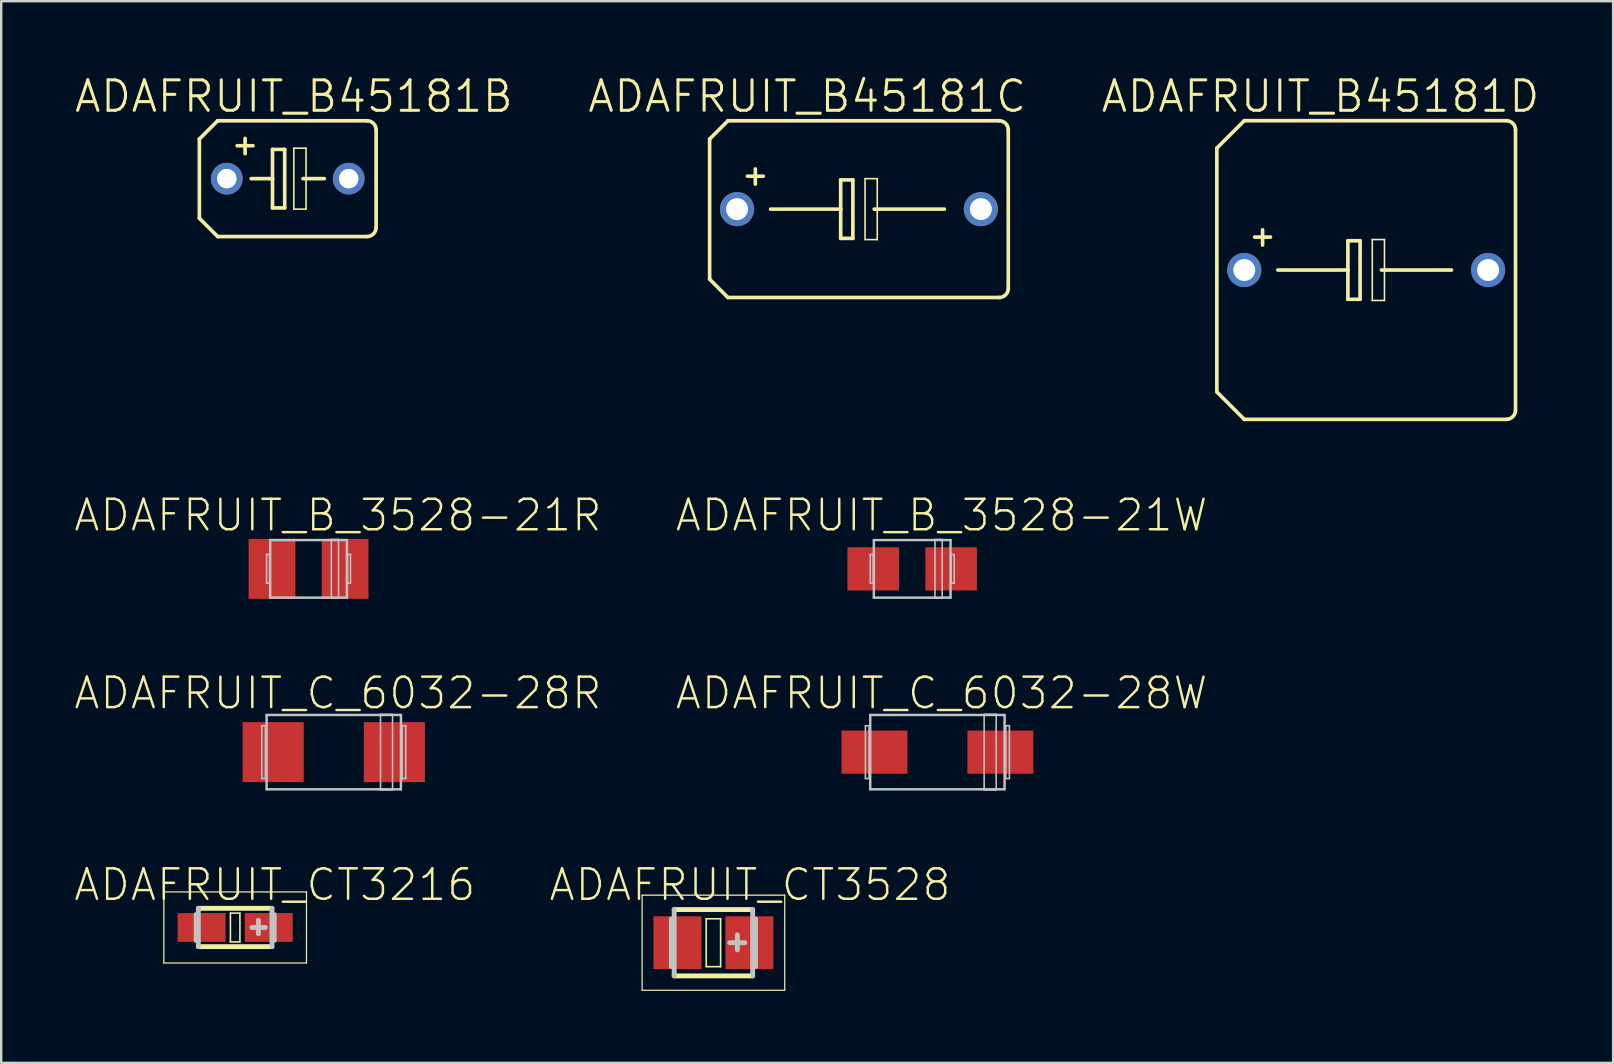
<source format=kicad_pcb>
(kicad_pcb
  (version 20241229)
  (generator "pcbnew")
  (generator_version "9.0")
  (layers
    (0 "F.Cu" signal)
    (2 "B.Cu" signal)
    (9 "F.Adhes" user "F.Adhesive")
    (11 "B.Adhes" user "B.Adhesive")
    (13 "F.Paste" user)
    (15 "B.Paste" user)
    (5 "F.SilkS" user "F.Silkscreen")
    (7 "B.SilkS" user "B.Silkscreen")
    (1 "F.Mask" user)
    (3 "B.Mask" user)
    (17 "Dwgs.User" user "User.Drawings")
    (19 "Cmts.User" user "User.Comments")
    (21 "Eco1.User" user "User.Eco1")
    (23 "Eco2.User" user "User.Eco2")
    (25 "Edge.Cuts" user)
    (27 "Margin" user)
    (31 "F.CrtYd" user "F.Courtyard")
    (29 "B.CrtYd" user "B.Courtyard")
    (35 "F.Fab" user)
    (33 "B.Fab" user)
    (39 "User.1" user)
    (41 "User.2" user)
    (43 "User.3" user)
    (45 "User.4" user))
  (footprint "ADAFRUIT_B45181C"
    (layer "F.Cu")
    (at 32.745 5.665)
    (property "Reference" "ADAFRUIT_B45181C" (at -2.159 -4.699 0) (layer "F.SilkS") (effects (font (size 1.27 1.27) (thickness 0.127))))
    (attr exclude_from_pos_files exclude_from_bom)
    (fp_line (start -6.223 -2.921) (end -6.223 2.921) (stroke (width 0.152) (type solid)) (layer "F.SilkS"))
    (fp_line (start -6.223 -2.921) (end -5.461 -3.683) (stroke (width 0.152) (type solid)) (layer "F.SilkS"))
    (fp_line (start -5.461 3.683) (end -6.223 2.921) (stroke (width 0.152) (type solid)) (layer "F.SilkS"))
    (fp_line (start -5.461 3.683) (end 5.842 3.683) (stroke (width 0.152) (type solid)) (layer "F.SilkS"))
    (fp_line (start -4.318 -1.676) (end -4.318 -1.041) (stroke (width 0.152) (type solid)) (layer "F.SilkS"))
    (fp_line (start -3.988 -1.372) (end -4.648 -1.372) (stroke (width 0.152) (type solid)) (layer "F.SilkS"))
    (fp_line (start -3.683 0) (end -0.762 0) (stroke (width 0.152) (type solid)) (layer "F.SilkS"))
    (fp_line (start -0.762 -1.219) (end -0.762 0) (stroke (width 0.152) (type solid)) (layer "F.SilkS"))
    (fp_line (start -0.762 0) (end -0.762 1.219) (stroke (width 0.152) (type solid)) (layer "F.SilkS"))
    (fp_line (start -0.762 1.219) (end -0.254 1.219) (stroke (width 0.152) (type solid)) (layer "F.SilkS"))
    (fp_line (start -0.254 -1.219) (end -0.762 -1.219) (stroke (width 0.152) (type solid)) (layer "F.SilkS"))
    (fp_line (start -0.254 1.219) (end -0.254 -1.219) (stroke (width 0.152) (type solid)) (layer "F.SilkS"))
    (fp_line (start 0.254 -1.27) (end 0.762 -1.27) (stroke (width 0.066) (type solid)) (layer "F.SilkS"))
    (fp_line (start 0.254 1.27) (end 0.254 -1.27) (stroke (width 0.066) (type solid)) (layer "F.SilkS"))
    (fp_line (start 0.254 1.27) (end 0.762 1.27) (stroke (width 0.066) (type solid)) (layer "F.SilkS"))
    (fp_line (start 0.635 0) (end 3.556 0) (stroke (width 0.152) (type solid)) (layer "F.SilkS"))
    (fp_line (start 0.762 1.27) (end 0.762 -1.27) (stroke (width 0.066) (type solid)) (layer "F.SilkS"))
    (fp_line (start 5.842 -3.683) (end -5.461 -3.683) (stroke (width 0.152) (type solid)) (layer "F.SilkS"))
    (fp_line (start 6.223 -3.302) (end 6.223 3.302) (stroke (width 0.152) (type solid)) (layer "F.SilkS"))
    (fp_arc (start 5.842 -3.683) (mid 6.111408 -3.571408) (end 6.223 -3.302) (stroke (width 0.1524) (type solid)) (layer "F.SilkS"))
    (fp_arc (start 6.223 3.302) (mid 6.111408 3.571408) (end 5.842 3.683) (stroke (width 0.1524) (type solid)) (layer "F.SilkS"))
    (pad "+" thru_hole circle (at -5.08 0) (size 1.422 1.422) (drill 0.914) (layers "*.Cu" "*.Paste" "*.Mask"))
    (pad "-" thru_hole circle (at 5.08 0) (size 1.422 1.422) (drill 0.914) (layers "*.Cu" "*.Paste" "*.Mask")))
  (footprint "ADAFRUIT_CT3216"
    (layer "F.Cu")
    (at 6.75 35.6)
    (property "Reference" "ADAFRUIT_CT3216" (at 1.651 -1.778 0) (layer "F.SilkS") (effects (font (size 1.27 1.27) (thickness 0.102))))
    (attr smd)
    (fp_line (start -2.972 -1.481) (end 2.972 -1.481) (stroke (width 0.051) (type solid)) (layer "F.SilkS"))
    (fp_line (start -2.972 1.481) (end -2.972 -1.481) (stroke (width 0.051) (type solid)) (layer "F.SilkS"))
    (fp_line (start -1.534 0.798) (end 1.534 0.798) (stroke (width 0.203) (type solid)) (layer "F.SilkS"))
    (fp_line (start -0.198 -0.599) (end 0.198 -0.599) (stroke (width 0.066) (type solid)) (layer "F.SilkS"))
    (fp_line (start -0.198 0.599) (end -0.198 -0.599) (stroke (width 0.066) (type solid)) (layer "F.SilkS"))
    (fp_line (start -0.198 0.599) (end 0.198 0.599) (stroke (width 0.066) (type solid)) (layer "F.SilkS"))
    (fp_line (start 0.198 0.599) (end 0.198 -0.599) (stroke (width 0.066) (type solid)) (layer "F.SilkS"))
    (fp_line (start 1.534 -0.798) (end -1.534 -0.798) (stroke (width 0.203) (type solid)) (layer "F.SilkS"))
    (fp_line (start 2.972 -1.481) (end 2.972 1.481) (stroke (width 0.051) (type solid)) (layer "F.SilkS"))
    (fp_line (start 2.972 1.481) (end -2.972 1.481) (stroke (width 0.051) (type solid)) (layer "F.SilkS"))
    (fp_line (start -1.651 0.559) (end -1.651 -0.559) (stroke (width 0.152) (type solid)) (layer "Dwgs.User"))
    (fp_line (start -1.534 -0.798) (end -1.534 0.798) (stroke (width 0.203) (type solid)) (layer "Dwgs.User"))
    (fp_line (start 0.699 0) (end 1.26 0) (stroke (width 0.203) (type solid)) (layer "Dwgs.User"))
    (fp_line (start 0.968 0.259) (end 0.968 -0.3) (stroke (width 0.203) (type solid)) (layer "Dwgs.User"))
    (fp_line (start 1.534 0.798) (end 1.534 -0.798) (stroke (width 0.203) (type solid)) (layer "Dwgs.User"))
    (fp_line (start 1.651 0.559) (end 1.651 -0.559) (stroke (width 0.152) (type solid)) (layer "Dwgs.User"))
    (pad "+" smd rect (at 1.4 0) (size 1.999 1.199) (layers "F.Cu" "F.Mask" "F.Paste"))
    (pad "-" smd rect (at -1.4 0) (size 1.999 1.199) (layers "F.Cu" "F.Mask" "F.Paste")))
  (footprint "ADAFRUIT_CT3528"
    (layer "F.Cu")
    (at 26.68 36.235)
    (property "Reference" "ADAFRUIT_CT3528" (at 1.524 -2.413 0) (layer "F.SilkS") (effects (font (size 1.27 1.27) (thickness 0.102))))
    (attr smd)
    (fp_line (start -2.972 -1.981) (end 2.972 -1.981) (stroke (width 0.051) (type solid)) (layer "F.SilkS"))
    (fp_line (start -2.972 1.981) (end -2.972 -1.981) (stroke (width 0.051) (type solid)) (layer "F.SilkS"))
    (fp_line (start -1.636 -1.382) (end 1.636 -1.382) (stroke (width 0.203) (type solid)) (layer "F.SilkS"))
    (fp_line (start -1.636 1.382) (end 1.636 1.382) (stroke (width 0.203) (type solid)) (layer "F.SilkS"))
    (fp_line (start -0.3 -0.998) (end 0.3 -0.998) (stroke (width 0.066) (type solid)) (layer "F.SilkS"))
    (fp_line (start -0.3 0.998) (end -0.3 -0.998) (stroke (width 0.066) (type solid)) (layer "F.SilkS"))
    (fp_line (start -0.3 0.998) (end 0.3 0.998) (stroke (width 0.066) (type solid)) (layer "F.SilkS"))
    (fp_line (start 0.3 0.998) (end 0.3 -0.998) (stroke (width 0.066) (type solid)) (layer "F.SilkS"))
    (fp_line (start 2.972 -1.981) (end 2.972 1.981) (stroke (width 0.051) (type solid)) (layer "F.SilkS"))
    (fp_line (start 2.972 1.981) (end -2.972 1.981) (stroke (width 0.051) (type solid)) (layer "F.SilkS"))
    (fp_line (start -1.778 1.016) (end -1.778 -1.016) (stroke (width 0.152) (type solid)) (layer "Dwgs.User"))
    (fp_line (start -1.636 -1.382) (end -1.636 1.382) (stroke (width 0.203) (type solid)) (layer "Dwgs.User"))
    (fp_line (start 0.678 0) (end 1.308 0) (stroke (width 0.203) (type solid)) (layer "Dwgs.User"))
    (fp_line (start 0.998 0.3) (end 0.998 -0.328) (stroke (width 0.203) (type solid)) (layer "Dwgs.User"))
    (fp_line (start 1.636 -1.382) (end 1.636 1.382) (stroke (width 0.203) (type solid)) (layer "Dwgs.User"))
    (fp_line (start 1.778 1.016) (end 1.778 -1.016) (stroke (width 0.152) (type solid)) (layer "Dwgs.User"))
    (pad "+" smd rect (at 1.499 0) (size 1.999 2.2) (layers "F.Cu" "F.Mask" "F.Paste"))
    (pad "-" smd rect (at -1.499 0) (size 1.999 2.2) (layers "F.Cu" "F.Mask" "F.Paste")))
  (footprint "ADAFRUIT_B45181B"
    (layer "F.Cu")
    (at 8.941 4.395)
    (property "Reference" "ADAFRUIT_B45181B" (at 0.254 -3.429 0) (layer "F.SilkS") (effects (font (size 1.27 1.27) (thickness 0.127))))
    (attr exclude_from_pos_files exclude_from_bom)
    (fp_line (start -3.683 -1.651) (end -3.683 1.651) (stroke (width 0.152) (type solid)) (layer "F.SilkS"))
    (fp_line (start -3.683 -1.651) (end -2.921 -2.413) (stroke (width 0.152) (type solid)) (layer "F.SilkS"))
    (fp_line (start -2.921 2.413) (end -3.683 1.651) (stroke (width 0.152) (type solid)) (layer "F.SilkS"))
    (fp_line (start -2.921 2.413) (end 3.302 2.413) (stroke (width 0.152) (type solid)) (layer "F.SilkS"))
    (fp_line (start -1.778 -1.676) (end -1.778 -1.041) (stroke (width 0.152) (type solid)) (layer "F.SilkS"))
    (fp_line (start -1.524 0) (end -0.635 0) (stroke (width 0.152) (type solid)) (layer "F.SilkS"))
    (fp_line (start -1.448 -1.372) (end -2.108 -1.372) (stroke (width 0.152) (type solid)) (layer "F.SilkS"))
    (fp_line (start -0.635 -1.219) (end -0.635 0) (stroke (width 0.152) (type solid)) (layer "F.SilkS"))
    (fp_line (start -0.635 0) (end -0.635 1.219) (stroke (width 0.152) (type solid)) (layer "F.SilkS"))
    (fp_line (start -0.635 1.219) (end -0.127 1.219) (stroke (width 0.152) (type solid)) (layer "F.SilkS"))
    (fp_line (start -0.127 -1.219) (end -0.635 -1.219) (stroke (width 0.152) (type solid)) (layer "F.SilkS"))
    (fp_line (start -0.127 1.219) (end -0.127 -1.219) (stroke (width 0.152) (type solid)) (layer "F.SilkS"))
    (fp_line (start 0.254 -1.27) (end 0.762 -1.27) (stroke (width 0.066) (type solid)) (layer "F.SilkS"))
    (fp_line (start 0.254 1.27) (end 0.254 -1.27) (stroke (width 0.066) (type solid)) (layer "F.SilkS"))
    (fp_line (start 0.254 1.27) (end 0.762 1.27) (stroke (width 0.066) (type solid)) (layer "F.SilkS"))
    (fp_line (start 0.635 0) (end 1.524 0) (stroke (width 0.152) (type solid)) (layer "F.SilkS"))
    (fp_line (start 0.762 1.27) (end 0.762 -1.27) (stroke (width 0.066) (type solid)) (layer "F.SilkS"))
    (fp_line (start 3.302 -2.413) (end -2.921 -2.413) (stroke (width 0.152) (type solid)) (layer "F.SilkS"))
    (fp_line (start 3.683 -2.032) (end 3.683 2.032) (stroke (width 0.152) (type solid)) (layer "F.SilkS"))
    (fp_arc (start 3.302 -2.413) (mid 3.571408 -2.301408) (end 3.683 -2.032) (stroke (width 0.1524) (type solid)) (layer "F.SilkS"))
    (fp_arc (start 3.683 2.032) (mid 3.571408 2.301408) (end 3.302 2.413) (stroke (width 0.1524) (type solid)) (layer "F.SilkS"))
    (pad "+" thru_hole circle (at -2.54 0) (size 1.321 1.321) (drill 0.813) (layers "*.Cu" "*.Paste" "*.Mask"))
    (pad "-" thru_hole circle (at 2.54 0) (size 1.321 1.321) (drill 0.813) (layers "*.Cu" "*.Paste" "*.Mask")))
  (footprint "ADAFRUIT_C_6032-28R"
    (layer "F.Cu")
    (at 10.859 28.293)
    (property "Reference" "ADAFRUIT_C_6032-28R" (at 0.173 -2.459 0) (layer "F.SilkS") (effects (font (size 1.27 1.27) (thickness 0.102))))
    (attr smd)
    (fp_line (start -3 -1.1) (end -2.85 -1.1) (stroke (width 0.066) (type solid)) (layer "Dwgs.User"))
    (fp_line (start -3 1.1) (end -3 -1.1) (stroke (width 0.066) (type solid)) (layer "Dwgs.User"))
    (fp_line (start -3 1.1) (end -2.85 1.1) (stroke (width 0.066) (type solid)) (layer "Dwgs.User"))
    (fp_line (start -2.85 1.1) (end -2.85 -1.1) (stroke (width 0.066) (type solid)) (layer "Dwgs.User"))
    (fp_line (start -2.799 -1.549) (end 2.799 -1.549) (stroke (width 0.102) (type solid)) (layer "Dwgs.User"))
    (fp_line (start -2.799 1.549) (end -2.799 -1.549) (stroke (width 0.102) (type solid)) (layer "Dwgs.User"))
    (fp_line (start 1.948 -1.575) (end 2.449 -1.575) (stroke (width 0.066) (type solid)) (layer "Dwgs.User"))
    (fp_line (start 1.948 1.575) (end 1.948 -1.575) (stroke (width 0.066) (type solid)) (layer "Dwgs.User"))
    (fp_line (start 1.948 1.575) (end 2.449 1.575) (stroke (width 0.066) (type solid)) (layer "Dwgs.User"))
    (fp_line (start 2.449 1.575) (end 2.449 -1.575) (stroke (width 0.066) (type solid)) (layer "Dwgs.User"))
    (fp_line (start 2.799 -1.549) (end 2.799 1.549) (stroke (width 0.102) (type solid)) (layer "Dwgs.User"))
    (fp_line (start 2.799 1.549) (end -2.799 1.549) (stroke (width 0.102) (type solid)) (layer "Dwgs.User"))
    (fp_line (start 2.85 -1.1) (end 3 -1.1) (stroke (width 0.066) (type solid)) (layer "Dwgs.User"))
    (fp_line (start 2.85 1.1) (end 2.85 -1.1) (stroke (width 0.066) (type solid)) (layer "Dwgs.User"))
    (fp_line (start 2.85 1.1) (end 3 1.1) (stroke (width 0.066) (type solid)) (layer "Dwgs.User"))
    (fp_line (start 3 1.1) (end 3 -1.1) (stroke (width 0.066) (type solid)) (layer "Dwgs.User"))
    (pad "+" smd rect (at 2.525 0) (size 2.548 2.499) (layers "F.Cu" "F.Mask" "F.Paste"))
    (pad "-" smd rect (at -2.525 0) (size 2.548 2.499) (layers "F.Cu" "F.Mask" "F.Paste")))
  (footprint "ADAFRUIT_B_3528-21W"
    (layer "F.Cu")
    (at 34.963 20.655)
    (property "Reference" "ADAFRUIT_B_3528-21W" (at 1.224 -2.233 0) (layer "F.SilkS") (effects (font (size 1.27 1.27) (thickness 0.102))))
    (attr smd)
    (fp_line (start -1.748 -0.599) (end -1.623 -0.599) (stroke (width 0.066) (type solid)) (layer "Dwgs.User"))
    (fp_line (start -1.748 0.599) (end -1.748 -0.599) (stroke (width 0.066) (type solid)) (layer "Dwgs.User"))
    (fp_line (start -1.748 0.599) (end -1.623 0.599) (stroke (width 0.066) (type solid)) (layer "Dwgs.User"))
    (fp_line (start -1.623 0.599) (end -1.623 -0.599) (stroke (width 0.066) (type solid)) (layer "Dwgs.User"))
    (fp_line (start -1.598 -1.199) (end 1.598 -1.199) (stroke (width 0.102) (type solid)) (layer "Dwgs.User"))
    (fp_line (start -1.598 1.199) (end -1.598 -1.199) (stroke (width 0.102) (type solid)) (layer "Dwgs.User"))
    (fp_line (start 0.95 -1.224) (end 1.25 -1.224) (stroke (width 0.066) (type solid)) (layer "Dwgs.User"))
    (fp_line (start 0.95 1.224) (end 0.95 -1.224) (stroke (width 0.066) (type solid)) (layer "Dwgs.User"))
    (fp_line (start 0.95 1.224) (end 1.25 1.224) (stroke (width 0.066) (type solid)) (layer "Dwgs.User"))
    (fp_line (start 1.25 1.224) (end 1.25 -1.224) (stroke (width 0.066) (type solid)) (layer "Dwgs.User"))
    (fp_line (start 1.598 -1.199) (end 1.598 1.199) (stroke (width 0.102) (type solid)) (layer "Dwgs.User"))
    (fp_line (start 1.598 1.199) (end -1.598 1.199) (stroke (width 0.102) (type solid)) (layer "Dwgs.User"))
    (fp_line (start 1.623 -0.599) (end 1.748 -0.599) (stroke (width 0.066) (type solid)) (layer "Dwgs.User"))
    (fp_line (start 1.623 0.599) (end 1.623 -0.599) (stroke (width 0.066) (type solid)) (layer "Dwgs.User"))
    (fp_line (start 1.623 0.599) (end 1.748 0.599) (stroke (width 0.066) (type solid)) (layer "Dwgs.User"))
    (fp_line (start 1.748 0.599) (end 1.748 -0.599) (stroke (width 0.066) (type solid)) (layer "Dwgs.User"))
    (pad "+" smd rect (at 1.623 0) (size 2.149 1.798) (layers "F.Cu" "F.Mask" "F.Paste"))
    (pad "-" smd rect (at -1.623 0) (size 2.149 1.798) (layers "F.Cu" "F.Mask" "F.Paste")))
  (footprint "ADAFRUIT_B45181D"
    (layer "F.Cu")
    (at 53.882 8.202)
    (property "Reference" "ADAFRUIT_B45181D" (at -1.905 -7.236 0) (layer "F.SilkS") (effects (font (size 1.27 1.27) (thickness 0.127))))
    (attr exclude_from_pos_files exclude_from_bom)
    (fp_line (start -6.223 -5.08) (end -6.223 5.08) (stroke (width 0.152) (type solid)) (layer "F.SilkS"))
    (fp_line (start -6.223 -5.08) (end -5.08 -6.223) (stroke (width 0.152) (type solid)) (layer "F.SilkS"))
    (fp_line (start -5.08 6.223) (end -6.223 5.08) (stroke (width 0.152) (type solid)) (layer "F.SilkS"))
    (fp_line (start -5.08 6.223) (end 5.842 6.223) (stroke (width 0.152) (type solid)) (layer "F.SilkS"))
    (fp_line (start -4.318 -1.676) (end -4.318 -1.041) (stroke (width 0.152) (type solid)) (layer "F.SilkS"))
    (fp_line (start -3.988 -1.372) (end -4.648 -1.372) (stroke (width 0.152) (type solid)) (layer "F.SilkS"))
    (fp_line (start -3.683 0) (end -0.762 0) (stroke (width 0.152) (type solid)) (layer "F.SilkS"))
    (fp_line (start -0.762 -1.219) (end -0.762 0) (stroke (width 0.152) (type solid)) (layer "F.SilkS"))
    (fp_line (start -0.762 0) (end -0.762 1.219) (stroke (width 0.152) (type solid)) (layer "F.SilkS"))
    (fp_line (start -0.762 1.219) (end -0.254 1.219) (stroke (width 0.152) (type solid)) (layer "F.SilkS"))
    (fp_line (start -0.254 -1.219) (end -0.762 -1.219) (stroke (width 0.152) (type solid)) (layer "F.SilkS"))
    (fp_line (start -0.254 1.219) (end -0.254 -1.219) (stroke (width 0.152) (type solid)) (layer "F.SilkS"))
    (fp_line (start 0.254 -1.27) (end 0.762 -1.27) (stroke (width 0.066) (type solid)) (layer "F.SilkS"))
    (fp_line (start 0.254 1.27) (end 0.254 -1.27) (stroke (width 0.066) (type solid)) (layer "F.SilkS"))
    (fp_line (start 0.254 1.27) (end 0.762 1.27) (stroke (width 0.066) (type solid)) (layer "F.SilkS"))
    (fp_line (start 0.635 0) (end 3.556 0) (stroke (width 0.152) (type solid)) (layer "F.SilkS"))
    (fp_line (start 0.762 1.27) (end 0.762 -1.27) (stroke (width 0.066) (type solid)) (layer "F.SilkS"))
    (fp_line (start 5.842 -6.223) (end -5.08 -6.223) (stroke (width 0.152) (type solid)) (layer "F.SilkS"))
    (fp_line (start 6.223 -5.842) (end 6.223 5.842) (stroke (width 0.152) (type solid)) (layer "F.SilkS"))
    (fp_arc (start 5.842 -6.223) (mid 6.111408 -6.111408) (end 6.223 -5.842) (stroke (width 0.1524) (type solid)) (layer "F.SilkS"))
    (fp_arc (start 6.223 5.842) (mid 6.111408 6.111408) (end 5.842 6.223) (stroke (width 0.1524) (type solid)) (layer "F.SilkS"))
    (pad "+" thru_hole circle (at -5.08 0) (size 1.422 1.422) (drill 0.914) (layers "*.Cu" "*.Paste" "*.Mask"))
    (pad "-" thru_hole circle (at 5.08 0) (size 1.422 1.422) (drill 0.914) (layers "*.Cu" "*.Paste" "*.Mask")))
  (footprint "ADAFRUIT_C_6032-28W"
    (layer "F.Cu")
    (at 36.014 28.293)
    (property "Reference" "ADAFRUIT_C_6032-28W" (at 0.173 -2.459 0) (layer "F.SilkS") (effects (font (size 1.27 1.27) (thickness 0.102))))
    (attr smd)
    (fp_line (start -3 -1.1) (end -2.85 -1.1) (stroke (width 0.066) (type solid)) (layer "Dwgs.User"))
    (fp_line (start -3 1.1) (end -3 -1.1) (stroke (width 0.066) (type solid)) (layer "Dwgs.User"))
    (fp_line (start -3 1.1) (end -2.85 1.1) (stroke (width 0.066) (type solid)) (layer "Dwgs.User"))
    (fp_line (start -2.85 1.1) (end -2.85 -1.1) (stroke (width 0.066) (type solid)) (layer "Dwgs.User"))
    (fp_line (start -2.799 -1.549) (end 2.799 -1.549) (stroke (width 0.102) (type solid)) (layer "Dwgs.User"))
    (fp_line (start -2.799 1.549) (end -2.799 -1.549) (stroke (width 0.102) (type solid)) (layer "Dwgs.User"))
    (fp_line (start 1.948 -1.575) (end 2.449 -1.575) (stroke (width 0.066) (type solid)) (layer "Dwgs.User"))
    (fp_line (start 1.948 1.575) (end 1.948 -1.575) (stroke (width 0.066) (type solid)) (layer "Dwgs.User"))
    (fp_line (start 1.948 1.575) (end 2.449 1.575) (stroke (width 0.066) (type solid)) (layer "Dwgs.User"))
    (fp_line (start 2.449 1.575) (end 2.449 -1.575) (stroke (width 0.066) (type solid)) (layer "Dwgs.User"))
    (fp_line (start 2.799 -1.549) (end 2.799 1.549) (stroke (width 0.102) (type solid)) (layer "Dwgs.User"))
    (fp_line (start 2.799 1.549) (end -2.799 1.549) (stroke (width 0.102) (type solid)) (layer "Dwgs.User"))
    (fp_line (start 2.85 -1.1) (end 3 -1.1) (stroke (width 0.066) (type solid)) (layer "Dwgs.User"))
    (fp_line (start 2.85 1.1) (end 2.85 -1.1) (stroke (width 0.066) (type solid)) (layer "Dwgs.User"))
    (fp_line (start 2.85 1.1) (end 3 1.1) (stroke (width 0.066) (type solid)) (layer "Dwgs.User"))
    (fp_line (start 3 1.1) (end 3 -1.1) (stroke (width 0.066) (type solid)) (layer "Dwgs.User"))
    (pad "+" smd rect (at 2.624 0) (size 2.748 1.798) (layers "F.Cu" "F.Mask" "F.Paste"))
    (pad "-" smd rect (at -2.624 0) (size 2.748 1.798) (layers "F.Cu" "F.Mask" "F.Paste")))
  (footprint "ADAFRUIT_B_3528-21R"
    (layer "F.Cu")
    (at 9.808 20.655)
    (property "Reference" "ADAFRUIT_B_3528-21R" (at 1.224 -2.233 0) (layer "F.SilkS") (effects (font (size 1.27 1.27) (thickness 0.102))))
    (attr smd)
    (fp_line (start -1.748 -0.599) (end -1.623 -0.599) (stroke (width 0.066) (type solid)) (layer "Dwgs.User"))
    (fp_line (start -1.748 0.599) (end -1.748 -0.599) (stroke (width 0.066) (type solid)) (layer "Dwgs.User"))
    (fp_line (start -1.748 0.599) (end -1.623 0.599) (stroke (width 0.066) (type solid)) (layer "Dwgs.User"))
    (fp_line (start -1.623 0.599) (end -1.623 -0.599) (stroke (width 0.066) (type solid)) (layer "Dwgs.User"))
    (fp_line (start -1.598 -1.199) (end 1.598 -1.199) (stroke (width 0.102) (type solid)) (layer "Dwgs.User"))
    (fp_line (start -1.598 1.199) (end -1.598 -1.199) (stroke (width 0.102) (type solid)) (layer "Dwgs.User"))
    (fp_line (start 0.95 -1.224) (end 1.25 -1.224) (stroke (width 0.066) (type solid)) (layer "Dwgs.User"))
    (fp_line (start 0.95 1.224) (end 0.95 -1.224) (stroke (width 0.066) (type solid)) (layer "Dwgs.User"))
    (fp_line (start 0.95 1.224) (end 1.25 1.224) (stroke (width 0.066) (type solid)) (layer "Dwgs.User"))
    (fp_line (start 1.25 1.224) (end 1.25 -1.224) (stroke (width 0.066) (type solid)) (layer "Dwgs.User"))
    (fp_line (start 1.598 -1.199) (end 1.598 1.199) (stroke (width 0.102) (type solid)) (layer "Dwgs.User"))
    (fp_line (start 1.598 1.199) (end -1.598 1.199) (stroke (width 0.102) (type solid)) (layer "Dwgs.User"))
    (fp_line (start 1.623 -0.599) (end 1.748 -0.599) (stroke (width 0.066) (type solid)) (layer "Dwgs.User"))
    (fp_line (start 1.623 0.599) (end 1.623 -0.599) (stroke (width 0.066) (type solid)) (layer "Dwgs.User"))
    (fp_line (start 1.623 0.599) (end 1.748 0.599) (stroke (width 0.066) (type solid)) (layer "Dwgs.User"))
    (fp_line (start 1.748 0.599) (end 1.748 -0.599) (stroke (width 0.066) (type solid)) (layer "Dwgs.User"))
    (pad "+" smd rect (at 1.524 0) (size 1.948 2.499) (layers "F.Cu" "F.Mask" "F.Paste"))
    (pad "-" smd rect (at -1.524 0) (size 1.948 2.499) (layers "F.Cu" "F.Mask" "F.Paste")))
  (gr_rect
    (start -3 -3)
    (end 64.172 41.241)
    (stroke (width 0.1) (type default))
    (fill no)
    (layer "Edge.Cuts")))
</source>
